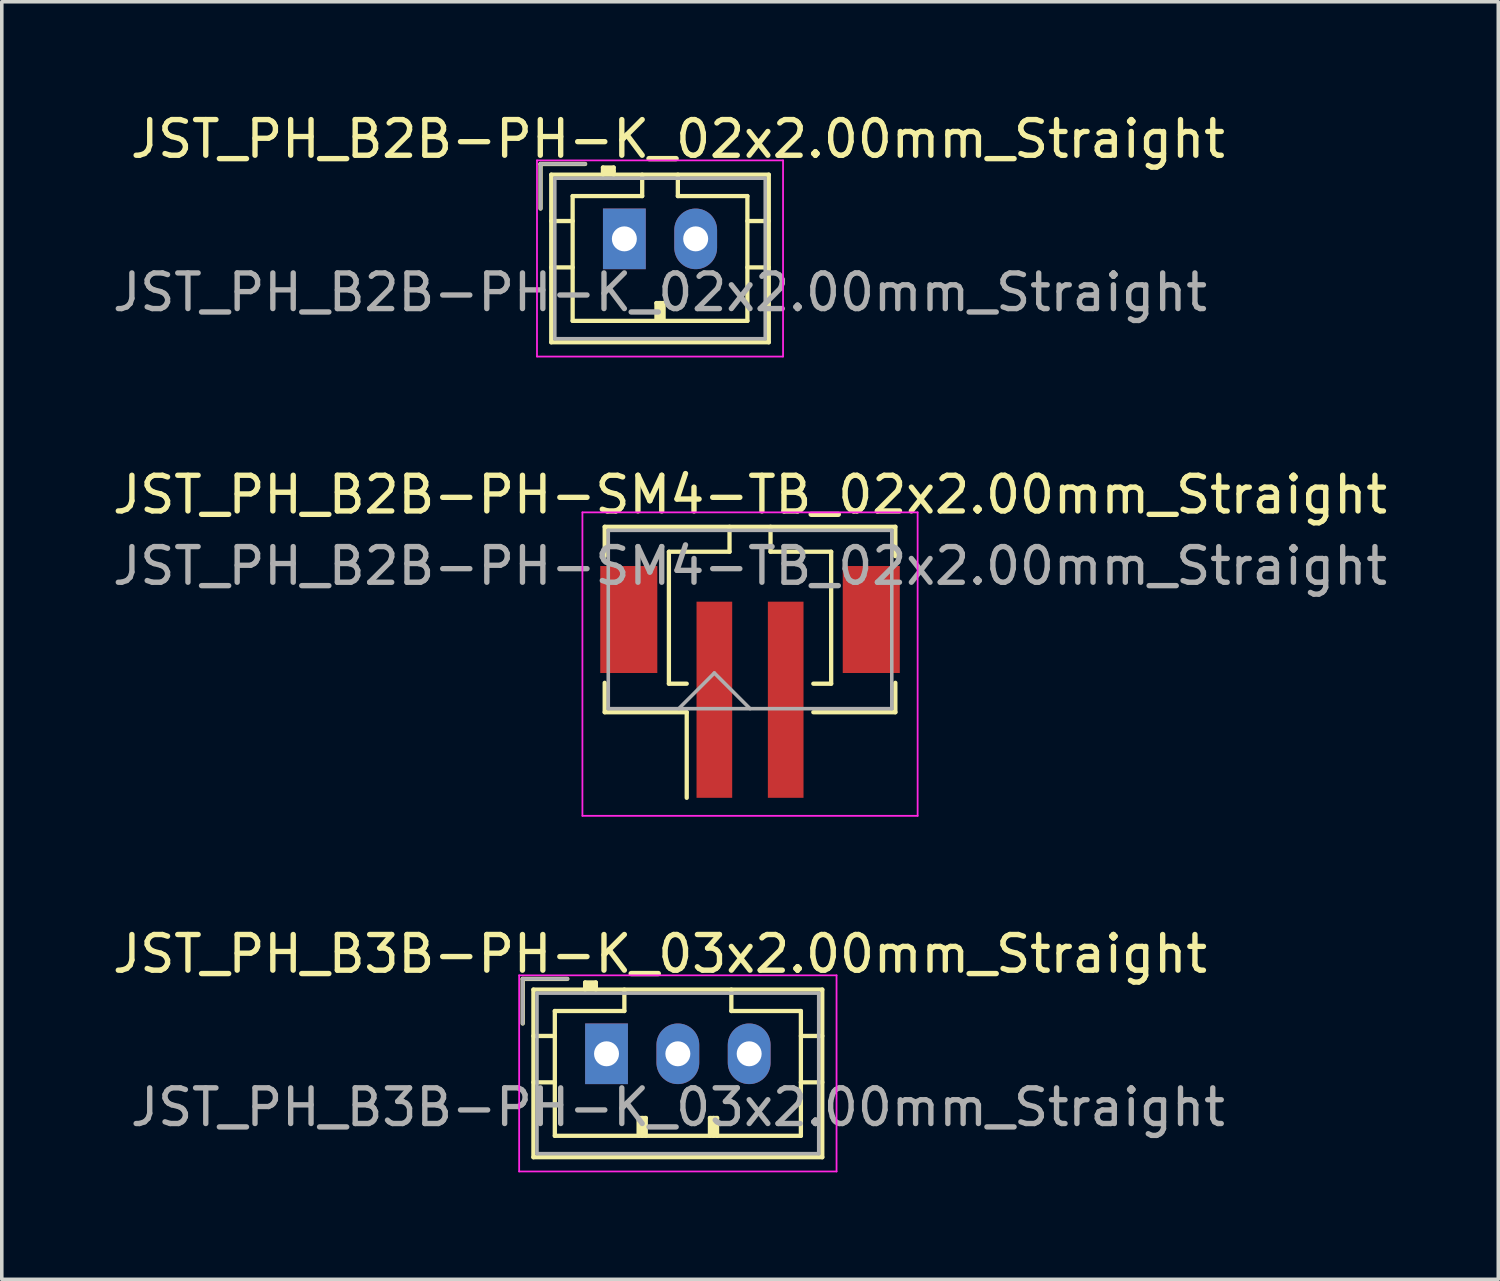
<source format=kicad_pcb>
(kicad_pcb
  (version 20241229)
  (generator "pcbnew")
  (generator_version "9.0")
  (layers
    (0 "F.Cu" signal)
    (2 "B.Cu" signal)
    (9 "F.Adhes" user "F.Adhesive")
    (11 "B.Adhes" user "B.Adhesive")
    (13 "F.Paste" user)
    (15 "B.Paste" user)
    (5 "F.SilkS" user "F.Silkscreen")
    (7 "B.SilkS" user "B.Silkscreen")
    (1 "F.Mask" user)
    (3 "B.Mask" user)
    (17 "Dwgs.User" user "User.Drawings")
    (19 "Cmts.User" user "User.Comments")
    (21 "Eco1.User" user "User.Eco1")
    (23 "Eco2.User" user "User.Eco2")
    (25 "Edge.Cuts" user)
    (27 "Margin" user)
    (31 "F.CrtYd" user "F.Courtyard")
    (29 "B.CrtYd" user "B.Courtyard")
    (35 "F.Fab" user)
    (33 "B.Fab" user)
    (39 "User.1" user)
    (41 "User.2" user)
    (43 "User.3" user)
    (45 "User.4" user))
  (footprint "JST_PH_B2B-PH-K_02x2.00mm_Straight"
    (layer "F.Cu")
    (at 14.458 3.648)
    (property "Reference" "JST_PH_B2B-PH-K_02x2.00mm_Straight" (at 1.5 -2.8 0) (layer "F.SilkS") (effects (font (size 1 1) (thickness 0.15))))
    (attr through_hole)
    (fp_line (start -2.35 -2.1) (end -2.35 -0.85) (stroke (width 0.12) (type solid)) (layer "F.SilkS"))
    (fp_line (start -2.05 -1.8) (end -2.05 2.9) (stroke (width 0.12) (type solid)) (layer "F.SilkS"))
    (fp_line (start -2.05 -0.5) (end -1.45 -0.5) (stroke (width 0.12) (type solid)) (layer "F.SilkS"))
    (fp_line (start -2.05 0.8) (end -1.45 0.8) (stroke (width 0.12) (type solid)) (layer "F.SilkS"))
    (fp_line (start -2.05 2.9) (end 4.05 2.9) (stroke (width 0.12) (type solid)) (layer "F.SilkS"))
    (fp_line (start -1.45 -1.2) (end -1.45 2.3) (stroke (width 0.12) (type solid)) (layer "F.SilkS"))
    (fp_line (start -1.45 2.3) (end 3.45 2.3) (stroke (width 0.12) (type solid)) (layer "F.SilkS"))
    (fp_line (start -1.1 -2.1) (end -2.35 -2.1) (stroke (width 0.12) (type solid)) (layer "F.SilkS"))
    (fp_line (start -0.6 -2) (end -0.6 -1.8) (stroke (width 0.12) (type solid)) (layer "F.SilkS"))
    (fp_line (start -0.3 -2) (end -0.6 -2) (stroke (width 0.12) (type solid)) (layer "F.SilkS"))
    (fp_line (start -0.3 -1.9) (end -0.6 -1.9) (stroke (width 0.12) (type solid)) (layer "F.SilkS"))
    (fp_line (start -0.3 -1.8) (end -0.3 -2) (stroke (width 0.12) (type solid)) (layer "F.SilkS"))
    (fp_line (start 0.5 -1.8) (end 0.5 -1.2) (stroke (width 0.12) (type solid)) (layer "F.SilkS"))
    (fp_line (start 0.5 -1.2) (end -1.45 -1.2) (stroke (width 0.12) (type solid)) (layer "F.SilkS"))
    (fp_line (start 0.9 1.8) (end 1.1 1.8) (stroke (width 0.12) (type solid)) (layer "F.SilkS"))
    (fp_line (start 0.9 2.3) (end 0.9 1.8) (stroke (width 0.12) (type solid)) (layer "F.SilkS"))
    (fp_line (start 1 2.3) (end 1 1.8) (stroke (width 0.12) (type solid)) (layer "F.SilkS"))
    (fp_line (start 1.1 1.8) (end 1.1 2.3) (stroke (width 0.12) (type solid)) (layer "F.SilkS"))
    (fp_line (start 1.5 -1.2) (end 1.5 -1.8) (stroke (width 0.12) (type solid)) (layer "F.SilkS"))
    (fp_line (start 3.45 -1.2) (end 1.5 -1.2) (stroke (width 0.12) (type solid)) (layer "F.SilkS"))
    (fp_line (start 3.45 2.3) (end 3.45 -1.2) (stroke (width 0.12) (type solid)) (layer "F.SilkS"))
    (fp_line (start 4.05 -1.8) (end -2.05 -1.8) (stroke (width 0.12) (type solid)) (layer "F.SilkS"))
    (fp_line (start 4.05 -0.5) (end 3.45 -0.5) (stroke (width 0.12) (type solid)) (layer "F.SilkS"))
    (fp_line (start 4.05 0.8) (end 3.45 0.8) (stroke (width 0.12) (type solid)) (layer "F.SilkS"))
    (fp_line (start 4.05 2.9) (end 4.05 -1.8) (stroke (width 0.12) (type solid)) (layer "F.SilkS"))
    (fp_line (start -2.45 -2.2) (end -2.45 3.3) (stroke (width 0.05) (type solid)) (layer "F.CrtYd"))
    (fp_line (start -2.45 3.3) (end 4.45 3.3) (stroke (width 0.05) (type solid)) (layer "F.CrtYd"))
    (fp_line (start 4.45 -2.2) (end -2.45 -2.2) (stroke (width 0.05) (type solid)) (layer "F.CrtYd"))
    (fp_line (start 4.45 3.3) (end 4.45 -2.2) (stroke (width 0.05) (type solid)) (layer "F.CrtYd"))
    (fp_line (start -2.35 -2.1) (end -2.35 -0.85) (stroke (width 0.1) (type solid)) (layer "F.Fab"))
    (fp_line (start -1.95 -1.7) (end -1.95 2.8) (stroke (width 0.1) (type solid)) (layer "F.Fab"))
    (fp_line (start -1.95 2.8) (end 3.95 2.8) (stroke (width 0.1) (type solid)) (layer "F.Fab"))
    (fp_line (start -1.1 -2.1) (end -2.35 -2.1) (stroke (width 0.1) (type solid)) (layer "F.Fab"))
    (fp_line (start 3.95 -1.7) (end -1.95 -1.7) (stroke (width 0.1) (type solid)) (layer "F.Fab"))
    (fp_line (start 3.95 2.8) (end 3.95 -1.7) (stroke (width 0.1) (type solid)) (layer "F.Fab"))
    (fp_text user "${REFERENCE}" (at 1 1.5 0) (layer "F.Fab") (effects (font (size 1 1) (thickness 0.15))))
    (pad "1" thru_hole rect (at 0 0) (size 1.2 1.7) (drill 0.7) (layers "*.Cu" "*.Mask"))
    (pad "2" thru_hole oval (at 2 0) (size 1.2 1.7) (drill 0.7) (layers "*.Cu" "*.Mask")))
  (footprint "JST_PH_B2B-PH-SM4-TB_02x2.00mm_Straight"
    (layer "F.Cu")
    (at 17.982 15.447)
    (property "Reference" "JST_PH_B2B-PH-SM4-TB_02x2.00mm_Straight" (at 0 -4.625 0) (layer "F.SilkS") (effects (font (size 1 1) (thickness 0.15))))
    (attr smd)
    (fp_line (start -4.075 -3.725) (end 4.075 -3.725) (stroke (width 0.12) (type solid)) (layer "F.SilkS"))
    (fp_line (start -4.075 -2.9) (end -4.075 -3.725) (stroke (width 0.12) (type solid)) (layer "F.SilkS"))
    (fp_line (start -4.075 0.65) (end -4.075 1.475) (stroke (width 0.12) (type solid)) (layer "F.SilkS"))
    (fp_line (start -4.075 1.475) (end -1.775 1.475) (stroke (width 0.12) (type solid)) (layer "F.SilkS"))
    (fp_line (start -2.275 -3.025) (end -2.275 0.675) (stroke (width 0.12) (type solid)) (layer "F.SilkS"))
    (fp_line (start -2.275 0.675) (end -1.775 0.675) (stroke (width 0.12) (type solid)) (layer "F.SilkS"))
    (fp_line (start -1.775 1.475) (end -1.775 3.875) (stroke (width 0.12) (type solid)) (layer "F.SilkS"))
    (fp_line (start -0.575 -3.725) (end -0.575 -3.025) (stroke (width 0.12) (type solid)) (layer "F.SilkS"))
    (fp_line (start -0.575 -3.025) (end -2.275 -3.025) (stroke (width 0.12) (type solid)) (layer "F.SilkS"))
    (fp_line (start 0.575 -3.725) (end 0.575 -3.025) (stroke (width 0.12) (type solid)) (layer "F.SilkS"))
    (fp_line (start 0.575 -3.025) (end 2.275 -3.025) (stroke (width 0.12) (type solid)) (layer "F.SilkS"))
    (fp_line (start 2.275 -3.025) (end 2.275 0.675) (stroke (width 0.12) (type solid)) (layer "F.SilkS"))
    (fp_line (start 2.275 0.675) (end 1.775 0.675) (stroke (width 0.12) (type solid)) (layer "F.SilkS"))
    (fp_line (start 4.075 -3.725) (end 4.075 -2.9) (stroke (width 0.12) (type solid)) (layer "F.SilkS"))
    (fp_line (start 4.075 0.65) (end 4.075 1.475) (stroke (width 0.12) (type solid)) (layer "F.SilkS"))
    (fp_line (start 4.075 1.475) (end 1.775 1.475) (stroke (width 0.12) (type solid)) (layer "F.SilkS"))
    (fp_line (start -4.7 -4.13) (end -4.7 4.38) (stroke (width 0.05) (type solid)) (layer "F.CrtYd"))
    (fp_line (start -4.7 4.38) (end 4.7 4.38) (stroke (width 0.05) (type solid)) (layer "F.CrtYd"))
    (fp_line (start 4.7 -4.13) (end -4.7 -4.13) (stroke (width 0.05) (type solid)) (layer "F.CrtYd"))
    (fp_line (start 4.7 4.38) (end 4.7 -4.13) (stroke (width 0.05) (type solid)) (layer "F.CrtYd"))
    (fp_line (start -3.975 -3.625) (end -3.975 1.375) (stroke (width 0.1) (type solid)) (layer "F.Fab"))
    (fp_line (start -3.975 1.375) (end 3.975 1.375) (stroke (width 0.1) (type solid)) (layer "F.Fab"))
    (fp_line (start -2 1.375) (end -1 0.375) (stroke (width 0.1) (type solid)) (layer "F.Fab"))
    (fp_line (start -1 0.375) (end 0 1.375) (stroke (width 0.1) (type solid)) (layer "F.Fab"))
    (fp_line (start 3.975 -3.625) (end -3.975 -3.625) (stroke (width 0.1) (type solid)) (layer "F.Fab"))
    (fp_line (start 3.975 1.375) (end 3.975 -3.625) (stroke (width 0.1) (type solid)) (layer "F.Fab"))
    (fp_text user "${REFERENCE}" (at 0 -2.625 0) (layer "F.Fab") (effects (font (size 1 1) (thickness 0.15))))
    (pad "" smd rect (at -3.4 -1.125) (size 1.6 3) (layers "F.Cu" "F.Mask" "F.Paste"))
    (pad "" smd rect (at 3.4 -1.125) (size 1.6 3) (layers "F.Cu" "F.Mask" "F.Paste"))
    (pad "1" smd rect (at -1 1.125) (size 1 5.5) (layers "F.Cu" "F.Mask" "F.Paste"))
    (pad "2" smd rect (at 1 1.125) (size 1 5.5) (layers "F.Cu" "F.Mask" "F.Paste")))
  (footprint "JST_PH_B3B-PH-K_03x2.00mm_Straight"
    (layer "F.Cu")
    (at 13.958 26.5)
    (property "Reference" "JST_PH_B3B-PH-K_03x2.00mm_Straight" (at 1.5 -2.8 0) (layer "F.SilkS") (effects (font (size 1 1) (thickness 0.15))))
    (attr through_hole)
    (fp_line (start -2.35 -2.1) (end -2.35 -0.85) (stroke (width 0.12) (type solid)) (layer "F.SilkS"))
    (fp_line (start -2.05 -1.8) (end -2.05 2.9) (stroke (width 0.12) (type solid)) (layer "F.SilkS"))
    (fp_line (start -2.05 -0.5) (end -1.45 -0.5) (stroke (width 0.12) (type solid)) (layer "F.SilkS"))
    (fp_line (start -2.05 0.8) (end -1.45 0.8) (stroke (width 0.12) (type solid)) (layer "F.SilkS"))
    (fp_line (start -2.05 2.9) (end 6.05 2.9) (stroke (width 0.12) (type solid)) (layer "F.SilkS"))
    (fp_line (start -1.45 -1.2) (end -1.45 2.3) (stroke (width 0.12) (type solid)) (layer "F.SilkS"))
    (fp_line (start -1.45 2.3) (end 5.45 2.3) (stroke (width 0.12) (type solid)) (layer "F.SilkS"))
    (fp_line (start -1.1 -2.1) (end -2.35 -2.1) (stroke (width 0.12) (type solid)) (layer "F.SilkS"))
    (fp_line (start -0.6 -2) (end -0.6 -1.8) (stroke (width 0.12) (type solid)) (layer "F.SilkS"))
    (fp_line (start -0.3 -2) (end -0.6 -2) (stroke (width 0.12) (type solid)) (layer "F.SilkS"))
    (fp_line (start -0.3 -1.9) (end -0.6 -1.9) (stroke (width 0.12) (type solid)) (layer "F.SilkS"))
    (fp_line (start -0.3 -1.8) (end -0.3 -2) (stroke (width 0.12) (type solid)) (layer "F.SilkS"))
    (fp_line (start 0.5 -1.8) (end 0.5 -1.2) (stroke (width 0.12) (type solid)) (layer "F.SilkS"))
    (fp_line (start 0.5 -1.2) (end -1.45 -1.2) (stroke (width 0.12) (type solid)) (layer "F.SilkS"))
    (fp_line (start 0.9 1.8) (end 1.1 1.8) (stroke (width 0.12) (type solid)) (layer "F.SilkS"))
    (fp_line (start 0.9 2.3) (end 0.9 1.8) (stroke (width 0.12) (type solid)) (layer "F.SilkS"))
    (fp_line (start 1 2.3) (end 1 1.8) (stroke (width 0.12) (type solid)) (layer "F.SilkS"))
    (fp_line (start 1.1 1.8) (end 1.1 2.3) (stroke (width 0.12) (type solid)) (layer "F.SilkS"))
    (fp_line (start 2.9 1.8) (end 3.1 1.8) (stroke (width 0.12) (type solid)) (layer "F.SilkS"))
    (fp_line (start 2.9 2.3) (end 2.9 1.8) (stroke (width 0.12) (type solid)) (layer "F.SilkS"))
    (fp_line (start 3 2.3) (end 3 1.8) (stroke (width 0.12) (type solid)) (layer "F.SilkS"))
    (fp_line (start 3.1 1.8) (end 3.1 2.3) (stroke (width 0.12) (type solid)) (layer "F.SilkS"))
    (fp_line (start 3.5 -1.2) (end 3.5 -1.8) (stroke (width 0.12) (type solid)) (layer "F.SilkS"))
    (fp_line (start 5.45 -1.2) (end 3.5 -1.2) (stroke (width 0.12) (type solid)) (layer "F.SilkS"))
    (fp_line (start 5.45 2.3) (end 5.45 -1.2) (stroke (width 0.12) (type solid)) (layer "F.SilkS"))
    (fp_line (start 6.05 -1.8) (end -2.05 -1.8) (stroke (width 0.12) (type solid)) (layer "F.SilkS"))
    (fp_line (start 6.05 -0.5) (end 5.45 -0.5) (stroke (width 0.12) (type solid)) (layer "F.SilkS"))
    (fp_line (start 6.05 0.8) (end 5.45 0.8) (stroke (width 0.12) (type solid)) (layer "F.SilkS"))
    (fp_line (start 6.05 2.9) (end 6.05 -1.8) (stroke (width 0.12) (type solid)) (layer "F.SilkS"))
    (fp_line (start -2.45 -2.2) (end -2.45 3.3) (stroke (width 0.05) (type solid)) (layer "F.CrtYd"))
    (fp_line (start -2.45 3.3) (end 6.45 3.3) (stroke (width 0.05) (type solid)) (layer "F.CrtYd"))
    (fp_line (start 6.45 -2.2) (end -2.45 -2.2) (stroke (width 0.05) (type solid)) (layer "F.CrtYd"))
    (fp_line (start 6.45 3.3) (end 6.45 -2.2) (stroke (width 0.05) (type solid)) (layer "F.CrtYd"))
    (fp_line (start -2.35 -2.1) (end -2.35 -0.85) (stroke (width 0.1) (type solid)) (layer "F.Fab"))
    (fp_line (start -1.95 -1.7) (end -1.95 2.8) (stroke (width 0.1) (type solid)) (layer "F.Fab"))
    (fp_line (start -1.95 2.8) (end 5.95 2.8) (stroke (width 0.1) (type solid)) (layer "F.Fab"))
    (fp_line (start -1.1 -2.1) (end -2.35 -2.1) (stroke (width 0.1) (type solid)) (layer "F.Fab"))
    (fp_line (start 5.95 -1.7) (end -1.95 -1.7) (stroke (width 0.1) (type solid)) (layer "F.Fab"))
    (fp_line (start 5.95 2.8) (end 5.95 -1.7) (stroke (width 0.1) (type solid)) (layer "F.Fab"))
    (fp_text user "${REFERENCE}" (at 2 1.5 0) (layer "F.Fab") (effects (font (size 1 1) (thickness 0.15))))
    (pad "1" thru_hole rect (at 0 0) (size 1.2 1.7) (drill 0.7) (layers "*.Cu" "*.Mask"))
    (pad "2" thru_hole oval (at 2 0) (size 1.2 1.7) (drill 0.7) (layers "*.Cu" "*.Mask"))
    (pad "3" thru_hole oval (at 4 0) (size 1.2 1.7) (drill 0.7) (layers "*.Cu" "*.Mask")))
  (gr_rect
    (start -3 -3)
    (end 38.964 32.825)
    (stroke (width 0.1) (type default))
    (fill no)
    (layer "Edge.Cuts")))
</source>
